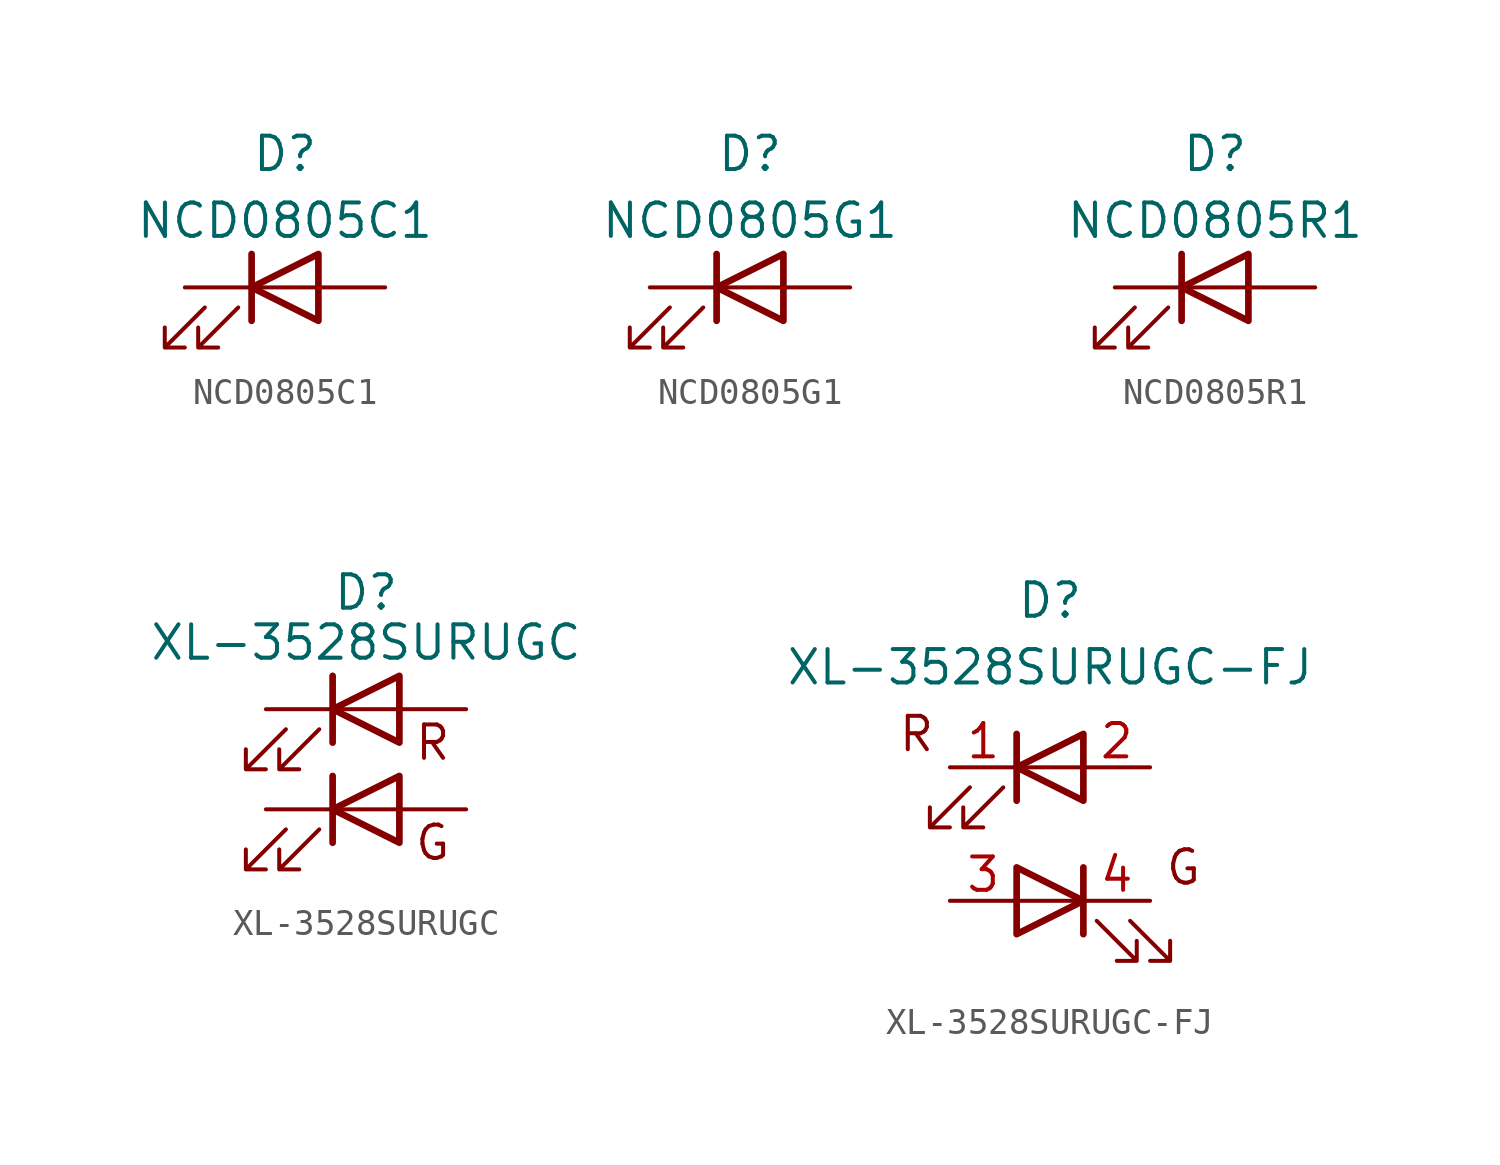
<source format=kicad_sym>
(kicad_symbol_lib
  (version 20220914)
  (generator kicad_symbol_editor)
  (symbol "NCD0805C1"
    (pin_numbers hide)
    (pin_names
      (offset 1.016) hide)
    (property "Reference" "D"
      (at 0 5.08 0)
      (do_not_autoplace)
      (effects (font (size 1.27 1.27))))
    (property "Value" "NCD0805C1"
      (at 0 2.54 0)
      (do_not_autoplace)
      (effects (font (size 1.27 1.27))))
    (symbol "NCD0805C1_0_1"
      (polyline (pts (xy -1.27 -1.27) (xy -1.27 1.27)) (stroke (width 0.254) (type default)) (fill (type none)))
      (polyline (pts (xy -1.27 0) (xy 1.27 0)) (stroke (width 0) (type default)) (fill (type none)))
      (polyline (pts (xy 1.27 -1.27) (xy 1.27 1.27) (xy -1.27 0) (xy 1.27 -1.27)) (stroke (width 0.254) (type default)) (fill (type none)))
      (polyline (pts (xy -3.048 -0.762) (xy -4.572 -2.286) (xy -3.81 -2.286) (xy -4.572 -2.286) (xy -4.572 -1.524)) (stroke (width 0) (type default)) (fill (type none)))
      (polyline (pts (xy -1.778 -0.762) (xy -3.302 -2.286) (xy -2.54 -2.286) (xy -3.302 -2.286) (xy -3.302 -1.524)) (stroke (width 0) (type default)) (fill (type none))))
    (symbol "NCD0805C1_1_1"
      (pin passive line (at -3.81 0 0) (length 2.54) (name "K" (effects (font (size 1.27 1.27)))) (number "1" (effects (font (size 1.27 1.27)))))
      (pin passive line (at 3.81 0 180) (length 2.54) (name "A" (effects (font (size 1.27 1.27)))) (number "2" (effects (font (size 1.27 1.27)))))))
  (symbol "NCD0805G1"
    (pin_numbers hide)
    (pin_names
      (offset 1.016) hide)
    (property "Reference" "D"
      (at 0 5.08 0)
      (do_not_autoplace)
      (effects (font (size 1.27 1.27))))
    (property "Value" "NCD0805G1"
      (at 0 2.54 0)
      (do_not_autoplace)
      (effects (font (size 1.27 1.27))))
    (symbol "NCD0805G1_0_1"
      (polyline (pts (xy -1.27 -1.27) (xy -1.27 1.27)) (stroke (width 0.254) (type default)) (fill (type none)))
      (polyline (pts (xy -1.27 0) (xy 1.27 0)) (stroke (width 0) (type default)) (fill (type none)))
      (polyline (pts (xy 1.27 -1.27) (xy 1.27 1.27) (xy -1.27 0) (xy 1.27 -1.27)) (stroke (width 0.254) (type default)) (fill (type none)))
      (polyline (pts (xy -3.048 -0.762) (xy -4.572 -2.286) (xy -3.81 -2.286) (xy -4.572 -2.286) (xy -4.572 -1.524)) (stroke (width 0) (type default)) (fill (type none)))
      (polyline (pts (xy -1.778 -0.762) (xy -3.302 -2.286) (xy -2.54 -2.286) (xy -3.302 -2.286) (xy -3.302 -1.524)) (stroke (width 0) (type default)) (fill (type none))))
    (symbol "NCD0805G1_1_1"
      (pin passive line (at -3.81 0 0) (length 2.54) (name "K" (effects (font (size 1.27 1.27)))) (number "1" (effects (font (size 1.27 1.27)))))
      (pin passive line (at 3.81 0 180) (length 2.54) (name "A" (effects (font (size 1.27 1.27)))) (number "2" (effects (font (size 1.27 1.27)))))))
  (symbol "NCD0805R1"
    (pin_numbers hide)
    (pin_names
      (offset 1.016) hide)
    (property "Reference" "D"
      (at 0 5.08 0)
      (do_not_autoplace)
      (effects (font (size 1.27 1.27))))
    (property "Value" "NCD0805R1"
      (at 0 2.54 0)
      (do_not_autoplace)
      (effects (font (size 1.27 1.27))))
    (symbol "NCD0805R1_0_1"
      (polyline (pts (xy -1.27 -1.27) (xy -1.27 1.27)) (stroke (width 0.254) (type default)) (fill (type none)))
      (polyline (pts (xy -1.27 0) (xy 1.27 0)) (stroke (width 0) (type default)) (fill (type none)))
      (polyline (pts (xy 1.27 -1.27) (xy 1.27 1.27) (xy -1.27 0) (xy 1.27 -1.27)) (stroke (width 0.254) (type default)) (fill (type none)))
      (polyline (pts (xy -3.048 -0.762) (xy -4.572 -2.286) (xy -3.81 -2.286) (xy -4.572 -2.286) (xy -4.572 -1.524)) (stroke (width 0) (type default)) (fill (type none)))
      (polyline (pts (xy -1.778 -0.762) (xy -3.302 -2.286) (xy -2.54 -2.286) (xy -3.302 -2.286) (xy -3.302 -1.524)) (stroke (width 0) (type default)) (fill (type none))))
    (symbol "NCD0805R1_1_1"
      (pin passive line (at -3.81 0 0) (length 2.54) (name "K" (effects (font (size 1.27 1.27)))) (number "1" (effects (font (size 1.27 1.27)))))
      (pin passive line (at 3.81 0 180) (length 2.54) (name "A" (effects (font (size 1.27 1.27)))) (number "2" (effects (font (size 1.27 1.27)))))))
  (symbol "XL-3528SURUGC"
    (pin_numbers hide)
    (pin_names
      (offset 1.016) hide)
    (property "Reference" "D"
      (at 0 6.985 0)
      (do_not_autoplace)
      (effects (font (size 1.27 1.27))))
    (property "Value" "XL-3528SURUGC"
      (at 0 5.08 0)
      (do_not_autoplace)
      (effects (font (size 1.27 1.27))))
    (symbol "XL-3528SURUGC_0_1"
      (polyline (pts (xy -1.27 -2.54) (xy -1.27 0)) (stroke (width 0.254) (type default)) (fill (type none)))
      (polyline (pts (xy -1.27 -1.27) (xy 1.27 -1.27)) (stroke (width 0) (type default)) (fill (type none)))
      (polyline (pts (xy -1.27 1.27) (xy -1.27 3.81)) (stroke (width 0.254) (type default)) (fill (type none)))
      (polyline (pts (xy -1.27 2.54) (xy 1.27 2.54)) (stroke (width 0) (type default)) (fill (type none)))
      (polyline (pts (xy 1.27 -2.54) (xy 1.27 0) (xy -1.27 -1.27) (xy 1.27 -2.54)) (stroke (width 0.254) (type default)) (fill (type none)))
      (polyline (pts (xy 1.27 1.27) (xy 1.27 3.81) (xy -1.27 2.54) (xy 1.27 1.27)) (stroke (width 0.254) (type default)) (fill (type none)))
      (polyline (pts (xy -3.048 -2.032) (xy -4.572 -3.556) (xy -3.81 -3.556) (xy -4.572 -3.556) (xy -4.572 -2.794)) (stroke (width 0) (type default)) (fill (type none)))
      (polyline (pts (xy -3.048 1.778) (xy -4.572 0.254) (xy -3.81 0.254) (xy -4.572 0.254) (xy -4.572 1.016)) (stroke (width 0) (type default)) (fill (type none)))
      (polyline (pts (xy -1.778 -2.032) (xy -3.302 -3.556) (xy -2.54 -3.556) (xy -3.302 -3.556) (xy -3.302 -2.794)) (stroke (width 0) (type default)) (fill (type none)))
      (polyline (pts (xy -1.778 1.778) (xy -3.302 0.254) (xy -2.54 0.254) (xy -3.302 0.254) (xy -3.302 1.016)) (stroke (width 0) (type default)) (fill (type none)))
      (text "G" (at 2.54 -2.54 0) (effects (font (size 1.27 1.27))))
      (text "R" (at 2.54 1.27 0) (effects (font (size 1.27 1.27)))))
    (symbol "XL-3528SURUGC_1_1"
      (pin passive line (at -3.81 2.54 0) (length 2.54) (name "K" (effects (font (size 1.27 1.27)))) (number "1" (effects (font (size 1.27 1.27)))))
      (pin passive line (at 3.81 2.54 180) (length 2.54) (name "A" (effects (font (size 1.27 1.27)))) (number "2" (effects (font (size 1.27 1.27)))))
      (pin passive line (at -3.81 -1.27 0) (length 2.54) (name "K" (effects (font (size 1.27 1.27)))) (number "3" (effects (font (size 1.27 1.27)))))
      (pin passive line (at 3.81 -1.27 180) (length 2.54) (name "A" (effects (font (size 1.27 1.27)))) (number "4" (effects (font (size 1.27 1.27)))))))
  (symbol "XL-3528SURUGC-FJ"
    (pin_names
      (offset 1.016) hide)
    (property "Reference" "D"
      (at 0 8.89 0)
      (do_not_autoplace)
      (effects (font (size 1.27 1.27))))
    (property "Value" "XL-3528SURUGC-FJ"
      (at 0 6.35 0)
      (do_not_autoplace)
      (effects (font (size 1.27 1.27))))
    (symbol "XL-3528SURUGC-FJ_0_1"
      (polyline (pts (xy -1.27 1.27) (xy -1.27 3.81)) (stroke (width 0.254) (type default)) (fill (type none)))
      (polyline (pts (xy -1.27 2.54) (xy 1.27 2.54)) (stroke (width 0) (type default)) (fill (type none)))
      (polyline (pts (xy 1.27 -2.54) (xy -1.27 -2.54)) (stroke (width 0) (type default)) (fill (type none)))
      (polyline (pts (xy 1.27 -1.27) (xy 1.27 -3.81)) (stroke (width 0.254) (type default)) (fill (type none)))
      (polyline (pts (xy -1.27 -1.27) (xy -1.27 -3.81) (xy 1.27 -2.54) (xy -1.27 -1.27)) (stroke (width 0.254) (type default)) (fill (type none)))
      (polyline (pts (xy 1.27 1.27) (xy 1.27 3.81) (xy -1.27 2.54) (xy 1.27 1.27)) (stroke (width 0.254) (type default)) (fill (type none)))
      (polyline (pts (xy -3.048 1.778) (xy -4.572 0.254) (xy -3.81 0.254) (xy -4.572 0.254) (xy -4.572 1.016)) (stroke (width 0) (type default)) (fill (type none)))
      (polyline (pts (xy -1.778 1.778) (xy -3.302 0.254) (xy -2.54 0.254) (xy -3.302 0.254) (xy -3.302 1.016)) (stroke (width 0) (type default)) (fill (type none)))
      (polyline (pts (xy 1.778 -3.302) (xy 3.302 -4.826) (xy 2.54 -4.826) (xy 3.302 -4.826) (xy 3.302 -4.064)) (stroke (width 0) (type default)) (fill (type none)))
      (polyline (pts (xy 3.048 -3.302) (xy 4.572 -4.826) (xy 3.81 -4.826) (xy 4.572 -4.826) (xy 4.572 -4.064)) (stroke (width 0) (type default)) (fill (type none)))
      (text "G" (at 5.08 -1.27 0) (effects (font (size 1.27 1.27))))
      (text "R" (at -5.08 3.81 0) (effects (font (size 1.27 1.27)))))
    (symbol "XL-3528SURUGC-FJ_1_1"
      (pin passive line (at -3.81 2.54 0) (length 2.54) (name "K" (effects (font (size 1.27 1.27)))) (number "1" (effects (font (size 1.27 1.27)))))
      (pin passive line (at 3.81 2.54 180) (length 2.54) (name "A" (effects (font (size 1.27 1.27)))) (number "2" (effects (font (size 1.27 1.27)))))
      (pin passive line (at -3.81 -2.54 0) (length 2.54) (name "A" (effects (font (size 1.27 1.27)))) (number "3" (effects (font (size 1.27 1.27)))))
      (pin passive line (at 3.81 -2.54 180) (length 2.54) (name "K" (effects (font (size 1.27 1.27)))) (number "4" (effects (font (size 1.27 1.27))))))))
</source>
